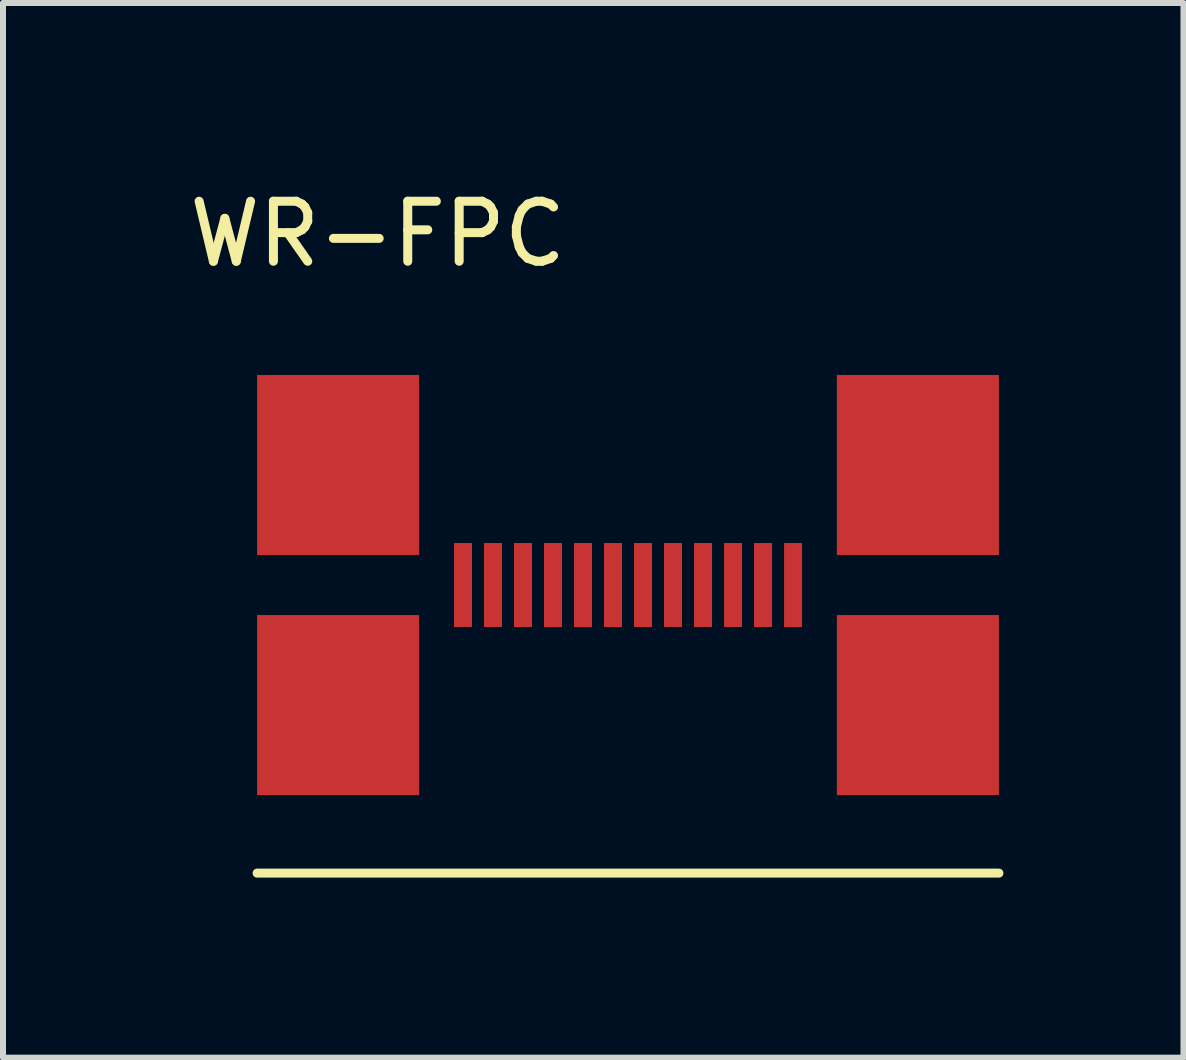
<source format=kicad_pcb>
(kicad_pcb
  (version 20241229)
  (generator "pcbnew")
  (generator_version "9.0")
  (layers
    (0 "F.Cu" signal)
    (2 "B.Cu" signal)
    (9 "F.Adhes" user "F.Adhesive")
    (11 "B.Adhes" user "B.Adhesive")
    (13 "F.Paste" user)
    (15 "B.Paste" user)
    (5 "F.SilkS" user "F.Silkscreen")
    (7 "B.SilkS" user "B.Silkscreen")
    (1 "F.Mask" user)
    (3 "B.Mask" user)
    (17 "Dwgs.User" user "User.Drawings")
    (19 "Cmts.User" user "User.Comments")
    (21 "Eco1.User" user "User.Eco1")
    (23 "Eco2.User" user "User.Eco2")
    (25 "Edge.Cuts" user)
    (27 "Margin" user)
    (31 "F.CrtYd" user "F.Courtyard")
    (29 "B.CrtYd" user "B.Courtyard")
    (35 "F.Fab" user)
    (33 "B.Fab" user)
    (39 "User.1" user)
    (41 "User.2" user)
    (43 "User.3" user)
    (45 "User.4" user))
  (footprint "WR-FPC"
    (layer "F.Cu")
    (at 1.234 6.198)
    (property "Reference" "WR-FPC" (at 2.01 -5.35 0) (layer "F.SilkS") (effects (font (size 1 1) (thickness 0.15))))
    (attr through_hole)
    (fp_line (start 0 5.3) (end 12.36 5.3) (stroke (width 0.15) (type solid)) (layer "F.SilkS"))
    (pad "1" smd rect (at 8.78 -0.2) (size 0.3 1.4) (drill (offset 0.15 0.7)) (layers "F.Cu" "F.Mask" "F.Paste"))
    (pad "2" smd rect (at 8.28 -0.2) (size 0.3 1.4) (drill (offset 0.15 0.7)) (layers "F.Cu" "F.Mask" "F.Paste"))
    (pad "3" smd rect (at 0 0) (size 2.7 3) (drill (offset 1.35 -1.5)) (layers "F.Cu" "F.Mask" "F.Paste"))
    (pad "3" smd rect (at 0 1) (size 2.7 3) (drill (offset 1.35 1.5)) (layers "F.Cu" "F.Mask" "F.Paste"))
    (pad "3" smd rect (at 7.78 -0.2) (size 0.3 1.4) (drill (offset 0.15 0.7)) (layers "F.Cu" "F.Mask" "F.Paste"))
    (pad "3" smd rect (at 9.66 0) (size 2.7 3) (drill (offset 1.35 -1.5)) (layers "F.Cu" "F.Mask" "F.Paste"))
    (pad "3" smd rect (at 9.66 1) (size 2.7 3) (drill (offset 1.35 1.5)) (layers "F.Cu" "F.Mask" "F.Paste"))
    (pad "4" smd rect (at 7.28 -0.2) (size 0.3 1.4) (drill (offset 0.15 0.7)) (layers "F.Cu" "F.Mask" "F.Paste"))
    (pad "5" smd rect (at 6.78 -0.2) (size 0.3 1.4) (drill (offset 0.15 0.7)) (layers "F.Cu" "F.Mask" "F.Paste"))
    (pad "6" smd rect (at 6.28 -0.2) (size 0.3 1.4) (drill (offset 0.15 0.7)) (layers "F.Cu" "F.Mask" "F.Paste"))
    (pad "7" smd rect (at 5.78 -0.2) (size 0.3 1.4) (drill (offset 0.15 0.7)) (layers "F.Cu" "F.Mask" "F.Paste"))
    (pad "8" smd rect (at 5.28 -0.2) (size 0.3 1.4) (drill (offset 0.15 0.7)) (layers "F.Cu" "F.Mask" "F.Paste"))
    (pad "9" smd rect (at 4.78 -0.2) (size 0.3 1.4) (drill (offset 0.15 0.7)) (layers "F.Cu" "F.Mask" "F.Paste"))
    (pad "10" smd rect (at 4.28 -0.2) (size 0.3 1.4) (drill (offset 0.15 0.7)) (layers "F.Cu" "F.Mask" "F.Paste"))
    (pad "11" smd rect (at 3.78 -0.2) (size 0.3 1.4) (drill (offset 0.15 0.7)) (layers "F.Cu" "F.Mask" "F.Paste"))
    (pad "12" smd rect (at 3.28 -0.2) (size 0.3 1.4) (drill (offset 0.15 0.7)) (layers "F.Cu" "F.Mask" "F.Paste")))
  (gr_rect
    (start -3 -3)
    (end 16.669 14.573)
    (stroke (width 0.1) (type default))
    (fill no)
    (layer "Edge.Cuts")))
</source>
